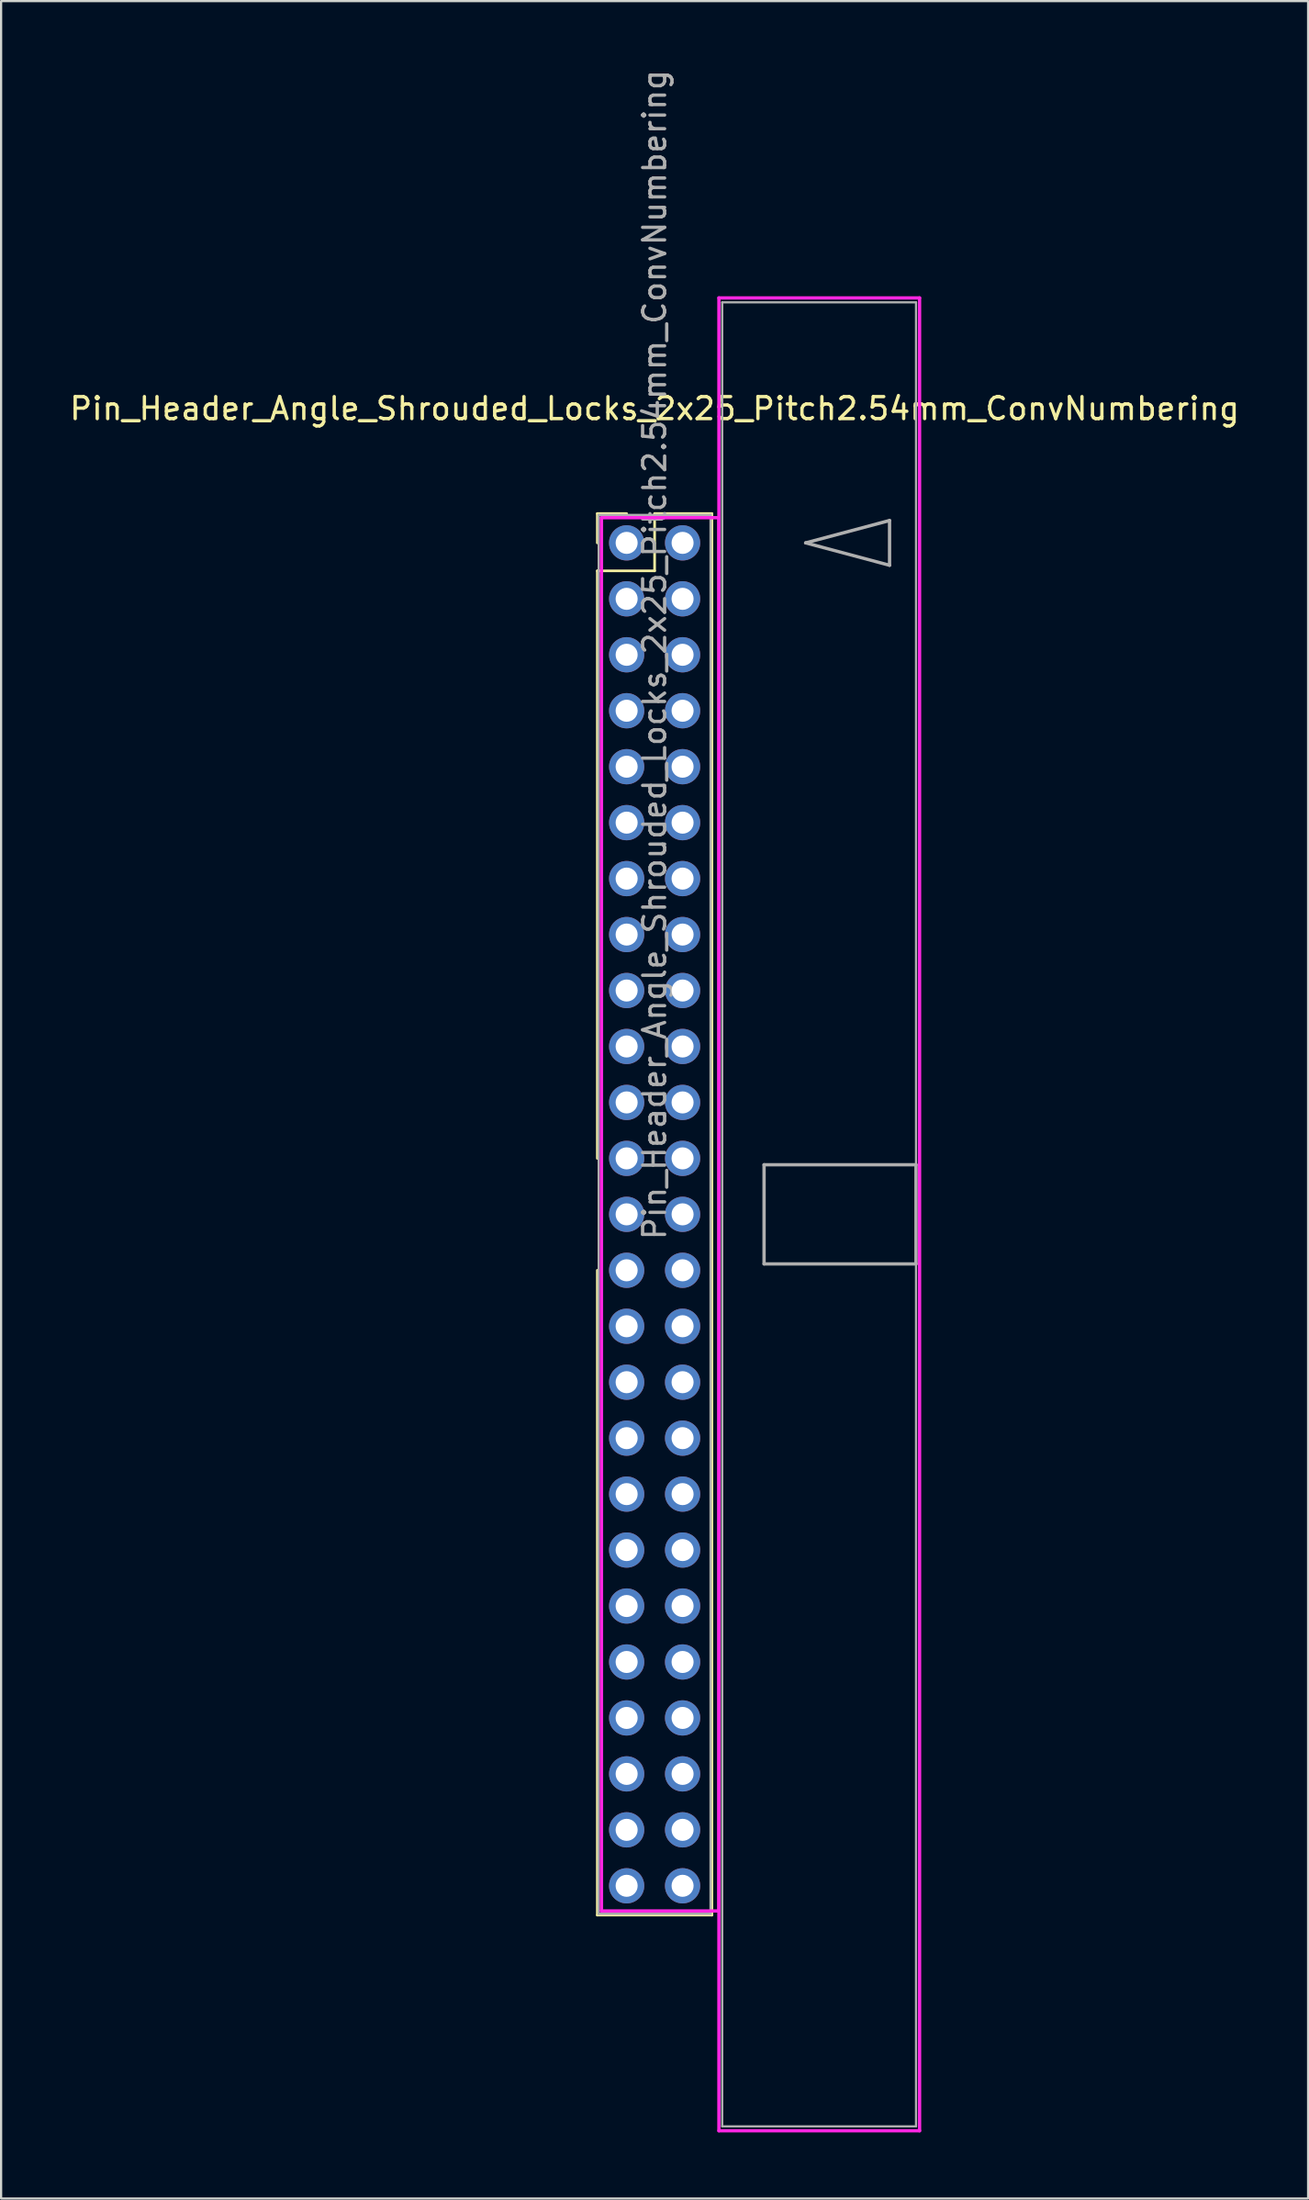
<source format=kicad_pcb>
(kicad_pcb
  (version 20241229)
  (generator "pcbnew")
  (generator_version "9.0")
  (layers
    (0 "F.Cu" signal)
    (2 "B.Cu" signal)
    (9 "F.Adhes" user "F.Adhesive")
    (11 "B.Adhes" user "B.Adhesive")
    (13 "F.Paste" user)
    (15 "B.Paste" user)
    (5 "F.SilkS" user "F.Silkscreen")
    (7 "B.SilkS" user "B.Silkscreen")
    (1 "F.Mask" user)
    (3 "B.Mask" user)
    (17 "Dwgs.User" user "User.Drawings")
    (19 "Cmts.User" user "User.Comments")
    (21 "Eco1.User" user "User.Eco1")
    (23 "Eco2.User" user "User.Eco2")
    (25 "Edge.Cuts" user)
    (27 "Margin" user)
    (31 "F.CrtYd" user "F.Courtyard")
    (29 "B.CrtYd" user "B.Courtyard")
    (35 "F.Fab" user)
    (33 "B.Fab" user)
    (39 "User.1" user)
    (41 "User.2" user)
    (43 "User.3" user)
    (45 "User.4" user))
  (footprint "Pin_Header_Angle_Shrouded_Locks_2x25_Pitch2.54mm_ConvNumbering"
    (layer "F.Cu")
    (at 25.403 21.593)
    (property "Reference" "Pin_Header_Angle_Shrouded_Locks_2x25_Pitch2.54mm_ConvNumbering" (at 1.27 -6.096 0) (layer "F.SilkS") (effects (font (size 1 1) (thickness 0.15))))
    (attr through_hole)
    (fp_line (start -1.33 -1.33) (end 0 -1.33) (stroke (width 0.12) (type solid)) (layer "F.SilkS"))
    (fp_line (start -1.33 0) (end -1.33 -1.33) (stroke (width 0.12) (type solid)) (layer "F.SilkS"))
    (fp_line (start -1.33 1.27) (end -1.33 27.94) (stroke (width 0.12) (type solid)) (layer "F.SilkS"))
    (fp_line (start -1.33 1.27) (end 1.27 1.27) (stroke (width 0.12) (type solid)) (layer "F.SilkS"))
    (fp_line (start -1.33 33.02) (end -1.33 62.29) (stroke (width 0.12) (type solid)) (layer "F.SilkS"))
    (fp_line (start -1.33 62.29) (end 3.87 62.29) (stroke (width 0.12) (type solid)) (layer "F.SilkS"))
    (fp_line (start 1.27 -1.33) (end 3.87 -1.33) (stroke (width 0.12) (type solid)) (layer "F.SilkS"))
    (fp_line (start 1.27 1.27) (end 1.27 -1.33) (stroke (width 0.12) (type solid)) (layer "F.SilkS"))
    (fp_line (start 3.87 -1.33) (end 3.87 62.29) (stroke (width 0.12) (type solid)) (layer "F.SilkS"))
    (fp_line (start -1.143 -1.143) (end -1.143 62.103) (stroke (width 0.15) (type solid)) (layer "F.CrtYd"))
    (fp_line (start -1.143 62.103) (end 4.19 62.103) (stroke (width 0.15) (type solid)) (layer "F.CrtYd"))
    (fp_line (start 4.19 -11.12) (end 4.19 72.08) (stroke (width 0.15) (type solid)) (layer "F.CrtYd"))
    (fp_line (start 4.19 -1.143) (end -1.143 -1.143) (stroke (width 0.15) (type solid)) (layer "F.CrtYd"))
    (fp_line (start 4.19 62.103) (end 4.19 -1.143) (stroke (width 0.15) (type solid)) (layer "F.CrtYd"))
    (fp_line (start 4.19 72.08) (end 13.3 72.08) (stroke (width 0.15) (type solid)) (layer "F.CrtYd"))
    (fp_line (start 13.3 -11.12) (end 4.19 -11.12) (stroke (width 0.15) (type solid)) (layer "F.CrtYd"))
    (fp_line (start 13.3 72.08) (end 13.3 -11.12) (stroke (width 0.15) (type solid)) (layer "F.CrtYd"))
    (fp_line (start -1.27 -1.27) (end -1.27 62.23) (stroke (width 0.1) (type solid)) (layer "F.Fab"))
    (fp_line (start -1.27 62.23) (end 3.81 62.23) (stroke (width 0.1) (type solid)) (layer "F.Fab"))
    (fp_line (start 3.81 -1.27) (end -1.27 -1.27) (stroke (width 0.1) (type solid)) (layer "F.Fab"))
    (fp_line (start 3.81 62.23) (end 3.81 -1.27) (stroke (width 0.1) (type solid)) (layer "F.Fab"))
    (fp_line (start 4.34 -10.92) (end 4.34 71.88) (stroke (width 0.1) (type solid)) (layer "F.Fab"))
    (fp_line (start 4.34 71.88) (end 13.14 71.88) (stroke (width 0.1) (type solid)) (layer "F.Fab"))
    (fp_line (start 6.24 28.23) (end 6.24 32.73) (stroke (width 0.15) (type solid)) (layer "F.Fab"))
    (fp_line (start 6.24 32.73) (end 13.14 32.73) (stroke (width 0.15) (type solid)) (layer "F.Fab"))
    (fp_line (start 8.128 0) (end 11.938 -1.016) (stroke (width 0.15) (type solid)) (layer "F.Fab"))
    (fp_line (start 11.938 -1.016) (end 11.938 1.016) (stroke (width 0.15) (type solid)) (layer "F.Fab"))
    (fp_line (start 11.938 1.016) (end 8.128 0) (stroke (width 0.15) (type solid)) (layer "F.Fab"))
    (fp_line (start 13.14 -10.92) (end 4.34 -10.92) (stroke (width 0.1) (type solid)) (layer "F.Fab"))
    (fp_line (start 13.14 28.23) (end 6.24 28.23) (stroke (width 0.15) (type solid)) (layer "F.Fab"))
    (fp_line (start 13.14 32.73) (end 13.14 28.23) (stroke (width 0.15) (type solid)) (layer "F.Fab"))
    (fp_line (start 13.14 71.88) (end 13.14 -10.92) (stroke (width 0.1) (type solid)) (layer "F.Fab"))
    (fp_text user "${REFERENCE}" (at 1.27 5.08 90) (layer "F.Fab") (effects (font (size 1 1) (thickness 0.15))))
    (pad "1" thru_hole oval (at 0 0) (size 1.6 1.6) (drill 1) (layers "*.Cu" "*.Mask"))
    (pad "2" thru_hole oval (at 2.54 0) (size 1.6 1.6) (drill 1) (layers "*.Cu" "*.Mask"))
    (pad "3" thru_hole oval (at 0 2.54) (size 1.6 1.6) (drill 1) (layers "*.Cu" "*.Mask"))
    (pad "4" thru_hole oval (at 2.54 2.54) (size 1.6 1.6) (drill 1) (layers "*.Cu" "*.Mask"))
    (pad "5" thru_hole oval (at 0 5.08) (size 1.6 1.6) (drill 1) (layers "*.Cu" "*.Mask"))
    (pad "6" thru_hole oval (at 2.54 5.08) (size 1.6 1.6) (drill 1) (layers "*.Cu" "*.Mask"))
    (pad "7" thru_hole oval (at 0 7.62) (size 1.6 1.6) (drill 1) (layers "*.Cu" "*.Mask"))
    (pad "8" thru_hole oval (at 2.54 7.62) (size 1.6 1.6) (drill 1) (layers "*.Cu" "*.Mask"))
    (pad "9" thru_hole oval (at 0 10.16) (size 1.6 1.6) (drill 1) (layers "*.Cu" "*.Mask"))
    (pad "10" thru_hole oval (at 2.54 10.16) (size 1.6 1.6) (drill 1) (layers "*.Cu" "*.Mask"))
    (pad "11" thru_hole oval (at 0 12.7) (size 1.6 1.6) (drill 1) (layers "*.Cu" "*.Mask"))
    (pad "12" thru_hole oval (at 2.54 12.7) (size 1.6 1.6) (drill 1) (layers "*.Cu" "*.Mask"))
    (pad "13" thru_hole oval (at 0 15.24) (size 1.6 1.6) (drill 1) (layers "*.Cu" "*.Mask"))
    (pad "14" thru_hole oval (at 2.54 15.24) (size 1.6 1.6) (drill 1) (layers "*.Cu" "*.Mask"))
    (pad "15" thru_hole oval (at 0 17.78) (size 1.6 1.6) (drill 1) (layers "*.Cu" "*.Mask"))
    (pad "16" thru_hole oval (at 2.54 17.78) (size 1.6 1.6) (drill 1) (layers "*.Cu" "*.Mask"))
    (pad "17" thru_hole oval (at 0 20.32) (size 1.6 1.6) (drill 1) (layers "*.Cu" "*.Mask"))
    (pad "18" thru_hole oval (at 2.54 20.32) (size 1.6 1.6) (drill 1) (layers "*.Cu" "*.Mask"))
    (pad "19" thru_hole oval (at 0 22.86) (size 1.6 1.6) (drill 1) (layers "*.Cu" "*.Mask"))
    (pad "20" thru_hole oval (at 2.54 22.86) (size 1.6 1.6) (drill 1) (layers "*.Cu" "*.Mask"))
    (pad "21" thru_hole oval (at 0 25.4) (size 1.6 1.6) (drill 1) (layers "*.Cu" "*.Mask"))
    (pad "22" thru_hole oval (at 2.54 25.4) (size 1.6 1.6) (drill 1) (layers "*.Cu" "*.Mask"))
    (pad "23" thru_hole oval (at 0 27.94) (size 1.6 1.6) (drill 1) (layers "*.Cu" "*.Mask"))
    (pad "24" thru_hole oval (at 2.54 27.94) (size 1.6 1.6) (drill 1) (layers "*.Cu" "*.Mask"))
    (pad "25" thru_hole oval (at 0 30.48) (size 1.6 1.6) (drill 1) (layers "*.Cu" "*.Mask"))
    (pad "26" thru_hole oval (at 2.54 30.48) (size 1.6 1.6) (drill 1) (layers "*.Cu" "*.Mask"))
    (pad "27" thru_hole oval (at 0 33.02) (size 1.6 1.6) (drill 1) (layers "*.Cu" "*.Mask"))
    (pad "28" thru_hole oval (at 2.54 33.02) (size 1.6 1.6) (drill 1) (layers "*.Cu" "*.Mask"))
    (pad "29" thru_hole oval (at 0 35.56) (size 1.6 1.6) (drill 1) (layers "*.Cu" "*.Mask"))
    (pad "30" thru_hole oval (at 2.54 35.56) (size 1.6 1.6) (drill 1) (layers "*.Cu" "*.Mask"))
    (pad "31" thru_hole oval (at 0 38.1) (size 1.6 1.6) (drill 1) (layers "*.Cu" "*.Mask"))
    (pad "32" thru_hole oval (at 2.54 38.1) (size 1.6 1.6) (drill 1) (layers "*.Cu" "*.Mask"))
    (pad "33" thru_hole oval (at 0 40.64) (size 1.6 1.6) (drill 1) (layers "*.Cu" "*.Mask"))
    (pad "34" thru_hole oval (at 2.54 40.64) (size 1.6 1.6) (drill 1) (layers "*.Cu" "*.Mask"))
    (pad "35" thru_hole oval (at 0 43.18) (size 1.6 1.6) (drill 1) (layers "*.Cu" "*.Mask"))
    (pad "36" thru_hole oval (at 2.54 43.18) (size 1.6 1.6) (drill 1) (layers "*.Cu" "*.Mask"))
    (pad "37" thru_hole oval (at 0 45.72) (size 1.6 1.6) (drill 1) (layers "*.Cu" "*.Mask"))
    (pad "38" thru_hole oval (at 2.54 45.72) (size 1.6 1.6) (drill 1) (layers "*.Cu" "*.Mask"))
    (pad "39" thru_hole oval (at 0 48.26) (size 1.6 1.6) (drill 1) (layers "*.Cu" "*.Mask"))
    (pad "40" thru_hole oval (at 2.54 48.26) (size 1.6 1.6) (drill 1) (layers "*.Cu" "*.Mask"))
    (pad "41" thru_hole oval (at 0 50.8) (size 1.6 1.6) (drill 1) (layers "*.Cu" "*.Mask"))
    (pad "42" thru_hole oval (at 2.54 50.8) (size 1.6 1.6) (drill 1) (layers "*.Cu" "*.Mask"))
    (pad "43" thru_hole oval (at 0 53.34) (size 1.6 1.6) (drill 1) (layers "*.Cu" "*.Mask"))
    (pad "44" thru_hole oval (at 2.54 53.34) (size 1.6 1.6) (drill 1) (layers "*.Cu" "*.Mask"))
    (pad "45" thru_hole oval (at 0 55.88) (size 1.6 1.6) (drill 1) (layers "*.Cu" "*.Mask"))
    (pad "46" thru_hole oval (at 2.54 55.88) (size 1.6 1.6) (drill 1) (layers "*.Cu" "*.Mask"))
    (pad "47" thru_hole oval (at 0 58.42) (size 1.6 1.6) (drill 1) (layers "*.Cu" "*.Mask"))
    (pad "48" thru_hole oval (at 2.54 58.42) (size 1.6 1.6) (drill 1) (layers "*.Cu" "*.Mask"))
    (pad "49" thru_hole oval (at 0 60.96) (size 1.6 1.6) (drill 1) (layers "*.Cu" "*.Mask"))
    (pad "50" thru_hole oval (at 2.54 60.96) (size 1.6 1.6) (drill 1) (layers "*.Cu" "*.Mask")))
  (gr_rect
    (start -3 -3)
    (end 56.345 96.748)
    (stroke (width 0.1) (type default))
    (fill no)
    (layer "Edge.Cuts")))
</source>
